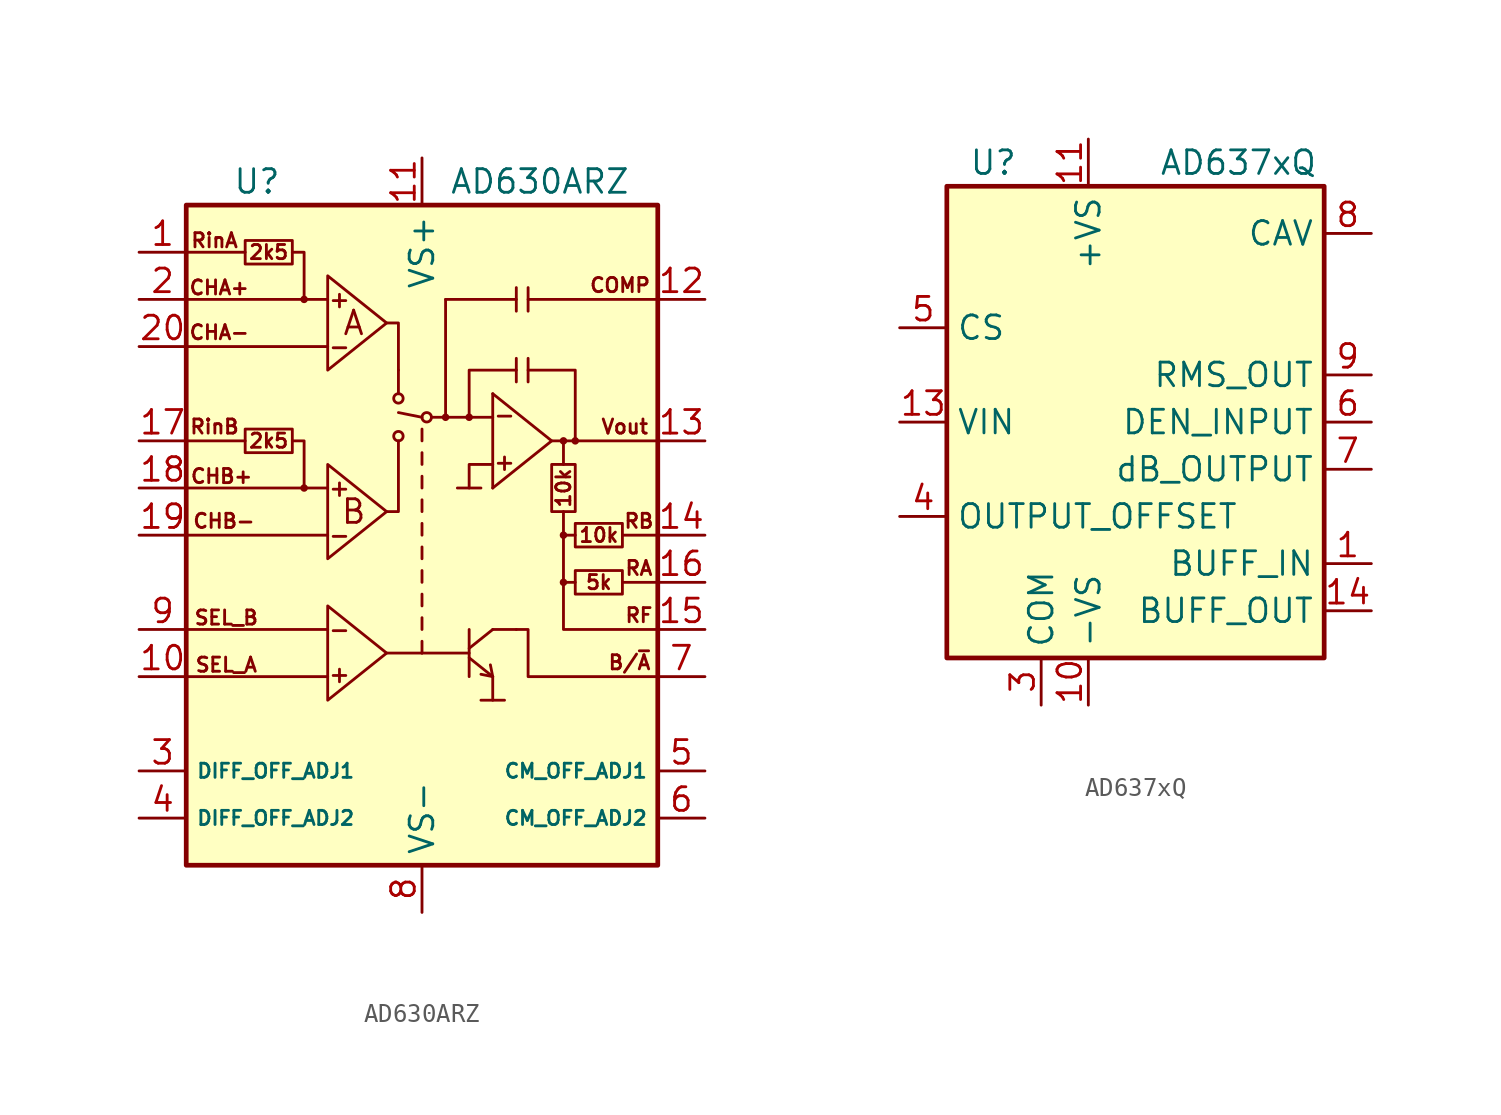
<source format=kicad_sym>
(kicad_symbol_lib
  (version 20200908)
  (generator kicad_symbol_editor)
  (symbol "Analog:AD630ARZ"
    (property "Reference" "U"
      (at -8.89 19.05 0)
      (effects (font (size 1.27 1.27))))
    (property "Value" "AD630ARZ"
      (at 6.35 19.05 0)
      (effects (font (size 1.27 1.27))))
    (symbol "AD630ARZ_0_1"
      (circle (center -6.35 2.54) (radius 0.127) (stroke (width 0)) (fill (type none)))
      (circle (center -6.35 12.7) (radius 0.127) (stroke (width 0)) (fill (type none)))
      (circle (center -1.27 5.334) (radius 0.254) (stroke (width 0)) (fill (type none)))
      (circle (center -1.27 7.366) (radius 0.254) (stroke (width 0)) (fill (type none)))
      (circle (center 0.254 6.35) (radius 0.254) (stroke (width 0)) (fill (type none)))
      (circle (center 1.27 6.35) (radius 0.127) (stroke (width 0)) (fill (type none)))
      (circle (center 2.54 6.35) (radius 0.127) (stroke (width 0)) (fill (type none)))
      (circle (center 7.62 -2.54) (radius 0.127) (stroke (width 0)) (fill (type none)))
      (circle (center 7.62 0) (radius 0.127) (stroke (width 0)) (fill (type none)))
      (circle (center 7.62 5.08) (radius 0.127) (stroke (width 0)) (fill (type none)))
      (circle (center 8.255 5.08) (radius 0.127) (stroke (width 0)) (fill (type none)))
      (rectangle (start -12.7 17.78) (end 12.7 -17.78) (stroke (width 0.254)) (fill (type background)))
      (polyline (pts (xy -12.7 -7.62) (xy -5.08 -7.62)) (stroke (width 0)) (fill (type none)))
      (polyline (pts (xy -12.7 -5.08) (xy -5.08 -5.08)) (stroke (width 0)) (fill (type none)))
      (polyline (pts (xy -12.7 0) (xy -5.08 0)) (stroke (width 0)) (fill (type none)))
      (polyline (pts (xy -12.7 5.08) (xy -9.525 5.08)) (stroke (width 0)) (fill (type none)))
      (polyline (pts (xy -12.7 10.16) (xy -5.08 10.16)) (stroke (width 0)) (fill (type none)))
      (polyline (pts (xy -12.7 15.24) (xy -9.525 15.24)) (stroke (width 0)) (fill (type none)))
      (polyline (pts (xy -6.35 12.7) (xy -5.08 12.7)) (stroke (width 0)) (fill (type none)))
      (polyline (pts (xy -1.905 -6.35) (xy 0 -6.35)) (stroke (width 0)) (fill (type none)))
      (polyline (pts (xy -1.27 8.89) (xy -1.27 7.62)) (stroke (width 0)) (fill (type none)))
      (polyline (pts (xy 0 -6.35) (xy 2.54 -6.35)) (stroke (width 0)) (fill (type none)))
      (polyline (pts (xy 0 -5.715) (xy 0 -6.35)) (stroke (width 0)) (fill (type none)))
      (polyline (pts (xy 0 -4.445) (xy 0 -5.08)) (stroke (width 0)) (fill (type none)))
      (polyline (pts (xy 0 -3.175) (xy 0 -3.81)) (stroke (width 0)) (fill (type none)))
      (polyline (pts (xy 0 -1.905) (xy 0 -2.54)) (stroke (width 0)) (fill (type none)))
      (polyline (pts (xy 0 -0.635) (xy 0 -1.27)) (stroke (width 0)) (fill (type none)))
      (polyline (pts (xy 0 0.635) (xy 0 0)) (stroke (width 0)) (fill (type none)))
      (polyline (pts (xy 0 1.905) (xy 0 1.27)) (stroke (width 0)) (fill (type none)))
      (polyline (pts (xy 0 3.175) (xy 0 2.54)) (stroke (width 0)) (fill (type none)))
      (polyline (pts (xy 0 4.445) (xy 0 3.81)) (stroke (width 0)) (fill (type none)))
      (polyline (pts (xy 0 5.715) (xy 0 5.08)) (stroke (width 0)) (fill (type none)))
      (polyline (pts (xy 0 6.35) (xy -1.27 6.604)) (stroke (width 0)) (fill (type none)))
      (polyline (pts (xy 1.27 6.35) (xy 0.508 6.35)) (stroke (width 0)) (fill (type none)))
      (polyline (pts (xy 1.27 6.35) (xy 1.27 12.7)) (stroke (width 0)) (fill (type none)))
      (polyline (pts (xy 1.27 6.35) (xy 3.81 6.35)) (stroke (width 0)) (fill (type none)))
      (polyline (pts (xy 1.905 2.54) (xy 3.175 2.54)) (stroke (width 0)) (fill (type none)))
      (polyline (pts (xy 2.54 -6.604) (xy 3.81 -7.62)) (stroke (width 0)) (fill (type none)))
      (polyline (pts (xy 2.54 -6.096) (xy 3.81 -5.08)) (stroke (width 0)) (fill (type none)))
      (polyline (pts (xy 2.54 -5.08) (xy 2.54 -7.62)) (stroke (width 0)) (fill (type none)))
      (polyline (pts (xy 3.81 -8.89) (xy 4.445 -8.89)) (stroke (width 0)) (fill (type none)))
      (polyline (pts (xy 3.81 -5.08) (xy 5.08 -5.08)) (stroke (width 0)) (fill (type none)))
      (polyline (pts (xy 3.81 7.62) (xy 3.81 2.54)) (stroke (width 0)) (fill (type none)))
      (polyline (pts (xy 5.08 9.525) (xy 5.08 8.255)) (stroke (width 0)) (fill (type none)))
      (polyline (pts (xy 5.08 12.065) (xy 5.08 12.7)) (stroke (width 0)) (fill (type none)))
      (polyline (pts (xy 5.715 9.525) (xy 5.715 8.255)) (stroke (width 0)) (fill (type none)))
      (polyline (pts (xy 5.715 12.7) (xy 12.7 12.7)) (stroke (width 0)) (fill (type none)))
      (polyline (pts (xy 5.715 13.335) (xy 5.715 12.065)) (stroke (width 0)) (fill (type none)))
      (polyline (pts (xy 7.62 1.27) (xy 7.62 -2.54)) (stroke (width 0)) (fill (type none)))
      (polyline (pts (xy 7.62 5.08) (xy 12.7 5.08)) (stroke (width 0)) (fill (type none)))
      (polyline (pts (xy 8.255 -2.54) (xy 7.62 -2.54)) (stroke (width 0)) (fill (type none)))
      (polyline (pts (xy 8.255 0) (xy 7.62 0)) (stroke (width 0)) (fill (type none)))
      (polyline (pts (xy 10.795 -2.54) (xy 12.7 -2.54)) (stroke (width 0)) (fill (type none)))
      (polyline (pts (xy 10.795 0) (xy 12.7 0)) (stroke (width 0)) (fill (type none)))
      (polyline (pts (xy -6.35 2.54) (xy -5.715 2.54) (xy -5.08 2.54)) (stroke (width 0)) (fill (type none)))
      (polyline (pts (xy -1.905 1.27) (xy -1.27 1.27) (xy -1.27 5.08)) (stroke (width 0)) (fill (type none)))
      (polyline (pts (xy -1.905 11.43) (xy -1.27 11.43) (xy -1.27 8.89)) (stroke (width 0)) (fill (type none)))
      (polyline (pts (xy 1.27 12.7) (xy 5.08 12.7) (xy 5.08 13.335)) (stroke (width 0)) (fill (type none)))
      (polyline (pts (xy 2.54 6.35) (xy 2.54 8.89) (xy 5.08 8.89)) (stroke (width 0)) (fill (type none)))
      (polyline (pts (xy 3.683 -6.985) (xy 3.81 -7.62) (xy 3.175 -7.493)) (stroke (width 0)) (fill (type none)))
      (polyline (pts (xy 3.81 -7.62) (xy 3.81 -8.89) (xy 3.175 -8.89)) (stroke (width 0)) (fill (type none)))
      (polyline (pts (xy 3.81 3.81) (xy 2.54 3.81) (xy 2.54 2.54)) (stroke (width 0)) (fill (type none)))
      (polyline (pts (xy 3.81 7.62) (xy 6.985 5.08) (xy 3.81 2.54)) (stroke (width 0)) (fill (type none)))
      (polyline (pts (xy 5.715 8.89) (xy 8.255 8.89) (xy 8.255 5.08)) (stroke (width 0)) (fill (type none)))
      (polyline (pts (xy 7.62 -2.54) (xy 7.62 -5.08) (xy 12.7 -5.08)) (stroke (width 0)) (fill (type none)))
      (polyline (pts (xy 7.62 3.81) (xy 7.62 5.08) (xy 6.985 5.08)) (stroke (width 0)) (fill (type none)))
      (polyline (pts (xy -6.985 5.08) (xy -6.35 5.08) (xy -6.35 2.54) (xy -12.7 2.54)) (stroke (width 0)) (fill (type none)))
      (polyline (pts (xy -6.985 15.24) (xy -6.35 15.24) (xy -6.35 12.7) (xy -12.7 12.7)) (stroke (width 0)) (fill (type none)))
      (polyline (pts (xy -5.08 -3.81) (xy -5.08 -8.89) (xy -1.905 -6.35) (xy -5.08 -3.81)) (stroke (width 0)) (fill (type none)))
      (polyline (pts (xy -5.08 3.81) (xy -5.08 -1.27) (xy -1.905 1.27) (xy -5.08 3.81)) (stroke (width 0)) (fill (type none)))
      (polyline (pts (xy -5.08 13.97) (xy -5.08 8.89) (xy -1.905 11.43) (xy -5.08 13.97)) (stroke (width 0)) (fill (type none)))
      (polyline (pts (xy 5.08 -5.08) (xy 5.715 -5.08) (xy 5.715 -7.62) (xy 12.7 -7.62)) (stroke (width 0)) (fill (type none)))
      (polyline (pts (xy -9.525 5.715) (xy -9.525 4.445) (xy -6.985 4.445) (xy -6.985 5.715) (xy -9.525 5.715)) (stroke (width 0)) (fill (type none)))
      (polyline (pts (xy -9.525 15.875) (xy -9.525 14.605) (xy -6.985 14.605) (xy -6.985 15.875) (xy -9.525 15.875)) (stroke (width 0)) (fill (type none)))
      (polyline (pts (xy 6.985 3.81) (xy 8.255 3.81) (xy 8.255 1.27) (xy 6.985 1.27) (xy 6.985 3.81)) (stroke (width 0)) (fill (type none)))
      (polyline (pts (xy 8.255 -1.905) (xy 8.255 -3.175) (xy 10.795 -3.175) (xy 10.795 -1.905) (xy 8.255 -1.905)) (stroke (width 0)) (fill (type none)))
      (polyline (pts (xy 8.255 0.635) (xy 8.255 -0.635) (xy 10.795 -0.635) (xy 10.795 0.635) (xy 8.255 0.635)) (stroke (width 0)) (fill (type none))))
    (symbol "AD630ARZ_0_0"
      (text "+" (at -4.445 -7.493 0) (effects (font (size 0.889 0.889))))
      (text "+" (at -4.445 2.54 0) (effects (font (size 0.889 0.889))))
      (text "+" (at -4.445 12.7 0) (effects (font (size 0.889 0.889))))
      (text "+" (at 4.445 3.937 0) (effects (font (size 0.889 0.889))))
      (text "-" (at -4.445 -5.08 0) (effects (font (size 0.889 0.889))))
      (text "-" (at -4.445 0 0) (effects (font (size 0.889 0.889))))
      (text "-" (at -4.445 10.16 0) (effects (font (size 0.889 0.889))))
      (text "-" (at 4.445 6.477 0) (effects (font (size 0.889 0.889))))
      (text "10k" (at 7.62 2.54 900) (effects (font (size 0.762 0.762))))
      (text "10k" (at 9.525 0 0) (effects (font (size 0.762 0.762))))
      (text "2k5" (at -8.255 5.08 0) (effects (font (size 0.762 0.762))))
      (text "2k5" (at -8.255 15.24 0) (effects (font (size 0.762 0.762))))
      (text "5k" (at 9.525 -2.54 0) (effects (font (size 0.762 0.762))))
      (text "A" (at -3.683 11.43 0) (effects (font (size 1.27 1.27))))
      (text "B" (at -3.683 1.27 0) (effects (font (size 1.27 1.27))))
      (text "B/~A" (at 11.176 -6.858 0) (effects (font (size 0.762 0.762))))
      (text "CHA+" (at -10.922 13.335 0) (effects (font (size 0.762 0.762))))
      (text "CHA-" (at -10.922 10.922 0) (effects (font (size 0.762 0.762))))
      (text "CHB+" (at -10.795 3.175 0) (effects (font (size 0.762 0.762))))
      (text "CHB-" (at -10.668 0.762 0) (effects (font (size 0.762 0.762))))
      (text "COMP" (at 10.668 13.462 0) (effects (font (size 0.762 0.762))))
      (text "RA" (at 11.684 -1.778 0) (effects (font (size 0.762 0.762))))
      (text "RB" (at 11.684 0.762 0) (effects (font (size 0.762 0.762))))
      (text "RF" (at 11.684 -4.318 0) (effects (font (size 0.762 0.762))))
      (text "RinA" (at -11.176 15.875 0) (effects (font (size 0.762 0.762))))
      (text "RinB" (at -11.176 5.842 0) (effects (font (size 0.762 0.762))))
      (text "SEL_A" (at -10.541 -6.985 0) (effects (font (size 0.762 0.762))))
      (text "SEL_B" (at -10.541 -4.445 0) (effects (font (size 0.762 0.762))))
      (text "Vout" (at 10.922 5.842 0) (effects (font (size 0.762 0.762)))))
    (symbol "AD630ARZ_1_1"
      (pin input line (at -15.24 15.24 0) (length 2.54) (name "RinA" (effects (font (size 0 0)))) (number "1" (effects (font (size 1.27 1.27)))))
      (pin input line (at -15.24 -7.62 0) (length 2.54) (name "SEL_A" (effects (font (size 0 0)))) (number "10" (effects (font (size 1.27 1.27)))))
      (pin power_in line (at 0 20.32 270) (length 2.54) (name "VS+" (effects (font (size 1.27 1.27)))) (number "11" (effects (font (size 1.27 1.27)))))
      (pin passive line (at 15.24 12.7 180) (length 2.54) (name "COMP" (effects (font (size 0 0)))) (number "12" (effects (font (size 1.27 1.27)))))
      (pin output line (at 15.24 5.08 180) (length 2.54) (name "Vout" (effects (font (size 0 0)))) (number "13" (effects (font (size 1.27 1.27)))))
      (pin output line (at 15.24 0 180) (length 2.54) (name "RB" (effects (font (size 0 0)))) (number "14" (effects (font (size 1.27 1.27)))))
      (pin output line (at 15.24 -5.08 180) (length 2.54) (name "RF" (effects (font (size 0 0)))) (number "15" (effects (font (size 1.27 1.27)))))
      (pin output line (at 15.24 -2.54 180) (length 2.54) (name "RA" (effects (font (size 0 0)))) (number "16" (effects (font (size 1.27 1.27)))))
      (pin input line (at -15.24 5.08 0) (length 2.54) (name "RinB" (effects (font (size 0 0)))) (number "17" (effects (font (size 1.27 1.27)))))
      (pin input line (at -15.24 2.54 0) (length 2.54) (name "CHB+" (effects (font (size 0 0)))) (number "18" (effects (font (size 1.27 1.27)))))
      (pin input line (at -15.24 0 0) (length 2.54) (name "CHB-" (effects (font (size 0 0)))) (number "19" (effects (font (size 1.27 1.27)))))
      (pin input line (at -15.24 12.7 0) (length 2.54) (name "CHA+" (effects (font (size 0 0)))) (number "2" (effects (font (size 1.27 1.27)))))
      (pin input line (at -15.24 10.16 0) (length 2.54) (name "CHA-" (effects (font (size 0 0)))) (number "20" (effects (font (size 1.27 1.27)))))
      (pin passive line (at -15.24 -12.7 0) (length 2.54) (name "DIFF_OFF_ADJ1" (effects (font (size 0.762 0.762)))) (number "3" (effects (font (size 1.27 1.27)))))
      (pin passive line (at -15.24 -15.24 0) (length 2.54) (name "DIFF_OFF_ADJ2" (effects (font (size 0.762 0.762)))) (number "4" (effects (font (size 1.27 1.27)))))
      (pin passive line (at 15.24 -12.7 180) (length 2.54) (name "CM_OFF_ADJ1" (effects (font (size 0.762 0.762)))) (number "5" (effects (font (size 1.27 1.27)))))
      (pin passive line (at 15.24 -15.24 180) (length 2.54) (name "CM_OFF_ADJ2" (effects (font (size 0.762 0.762)))) (number "6" (effects (font (size 1.27 1.27)))))
      (pin open_collector line (at 15.24 -7.62 180) (length 2.54) (name "B/~A" (effects (font (size 0 0)))) (number "7" (effects (font (size 1.27 1.27)))))
      (pin power_in line (at 0 -20.32 90) (length 2.54) (name "VS-" (effects (font (size 1.27 1.27)))) (number "8" (effects (font (size 1.27 1.27)))))
      (pin input line (at -15.24 -5.08 0) (length 2.54) (name "SEL_B" (effects (font (size 0 0)))) (number "9" (effects (font (size 1.27 1.27)))))))
  (symbol "Analog:AD637xQ"
    (property "Reference" "U"
      (at -6.35 13.97 0)
      (effects (font (size 1.27 1.27)) (justify right)))
    (property "Value" "AD637xQ"
      (at 1.27 13.97 0)
      (effects (font (size 1.27 1.27)) (justify left)))
    (symbol "AD637xQ_0_1"
      (rectangle (start -10.16 12.7) (end 10.16 -12.7) (stroke (width 0.254)) (fill (type background))))
    (symbol "AD637xQ_1_1"
      (pin input line (at 12.7 -7.62 180) (length 2.54) (name "BUFF_IN" (effects (font (size 1.27 1.27)))) (number "1" (effects (font (size 1.27 1.27)))))
      (pin power_in line (at -2.54 -15.24 90) (length 2.54) (name "-VS" (effects (font (size 1.27 1.27)))) (number "10" (effects (font (size 1.27 1.27)))))
      (pin power_in line (at -2.54 15.24 270) (length 2.54) (name "+VS" (effects (font (size 1.27 1.27)))) (number "11" (effects (font (size 1.27 1.27)))))
      (pin unconnected line (at -10.16 -7.62 0) (length 2.54) hide (name "NIC" (effects (font (size 1.27 1.27)))) (number "12" (effects (font (size 1.27 1.27)))))
      (pin input line (at -12.7 0 0) (length 2.54) (name "VIN" (effects (font (size 1.27 1.27)))) (number "13" (effects (font (size 1.27 1.27)))))
      (pin output line (at 12.7 -10.16 180) (length 2.54) (name "BUFF_OUT" (effects (font (size 1.27 1.27)))) (number "14" (effects (font (size 1.27 1.27)))))
      (pin unconnected line (at -10.16 7.62 0) (length 2.54) hide (name "NIC" (effects (font (size 1.27 1.27)))) (number "2" (effects (font (size 1.27 1.27)))))
      (pin power_in line (at -5.08 -15.24 90) (length 2.54) (name "COM" (effects (font (size 1.27 1.27)))) (number "3" (effects (font (size 1.27 1.27)))))
      (pin input line (at -12.7 -5.08 0) (length 2.54) (name "OUTPUT_OFFSET" (effects (font (size 1.27 1.27)))) (number "4" (effects (font (size 1.27 1.27)))))
      (pin input line (at -12.7 5.08 0) (length 2.54) (name "CS" (effects (font (size 1.27 1.27)))) (number "5" (effects (font (size 1.27 1.27)))))
      (pin input line (at 12.7 0 180) (length 2.54) (name "DEN_INPUT" (effects (font (size 1.27 1.27)))) (number "6" (effects (font (size 1.27 1.27)))))
      (pin passive line (at 12.7 -2.54 180) (length 2.54) (name "dB_OUTPUT" (effects (font (size 1.27 1.27)))) (number "7" (effects (font (size 1.27 1.27)))))
      (pin passive line (at 12.7 10.16 180) (length 2.54) (name "CAV" (effects (font (size 1.27 1.27)))) (number "8" (effects (font (size 1.27 1.27)))))
      (pin output line (at 12.7 2.54 180) (length 2.54) (name "RMS_OUT" (effects (font (size 1.27 1.27)))) (number "9" (effects (font (size 1.27 1.27))))))))
</source>
